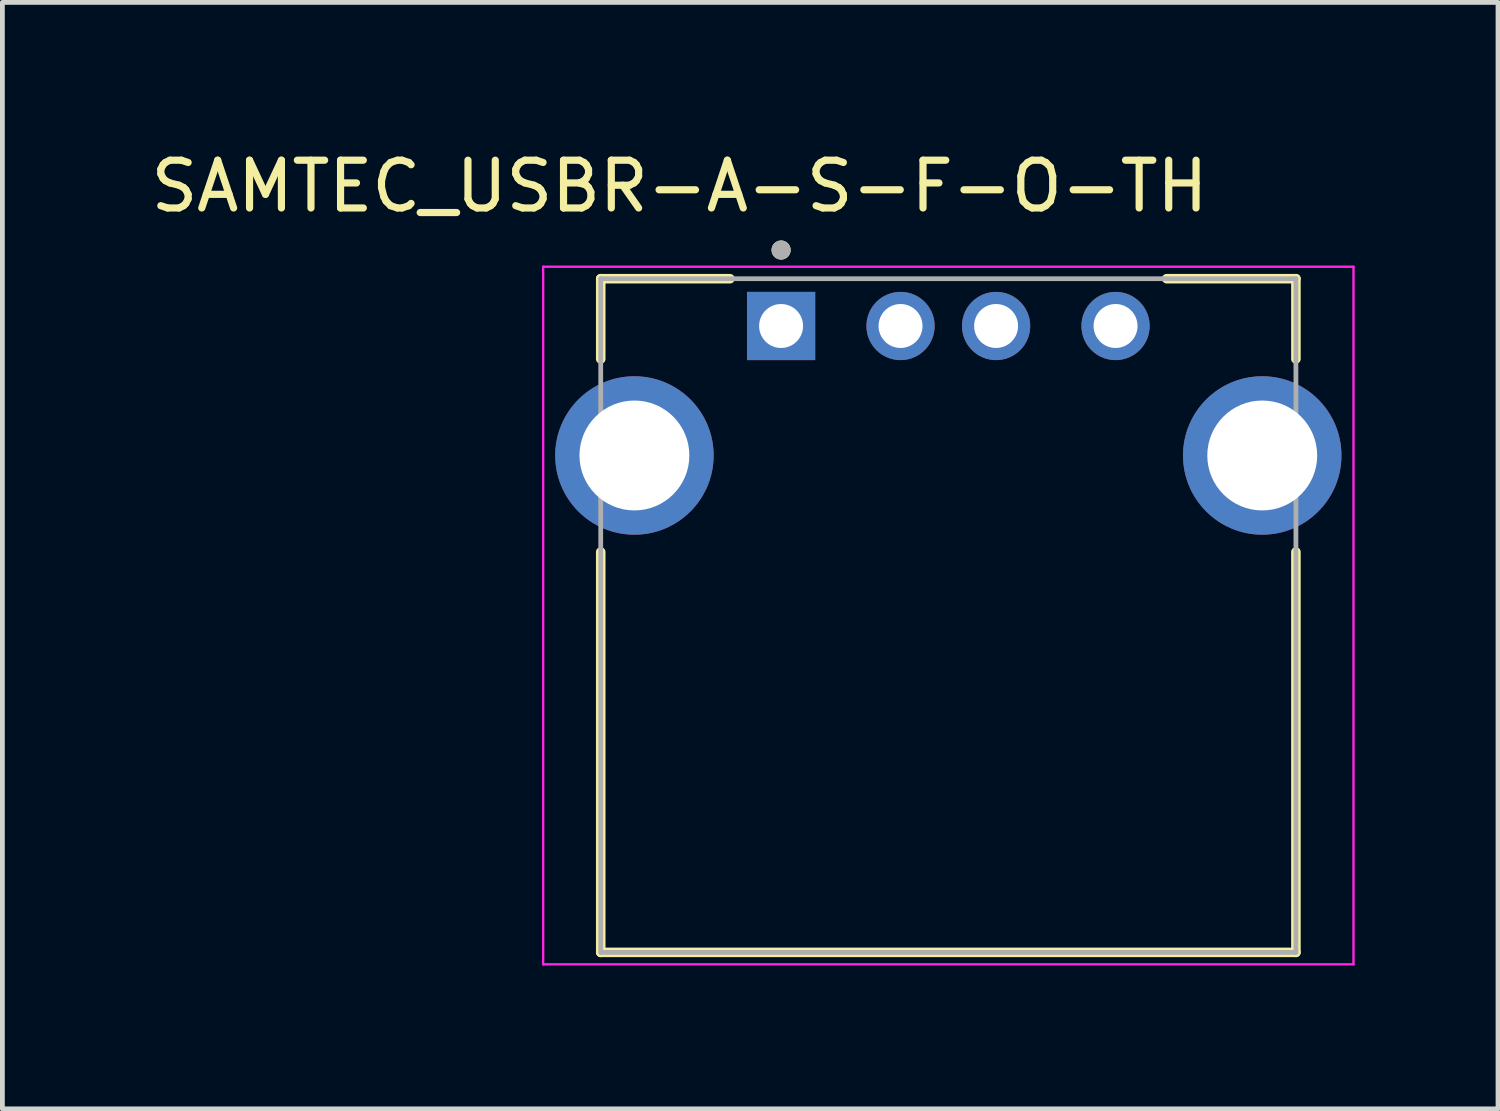
<source format=kicad_pcb>
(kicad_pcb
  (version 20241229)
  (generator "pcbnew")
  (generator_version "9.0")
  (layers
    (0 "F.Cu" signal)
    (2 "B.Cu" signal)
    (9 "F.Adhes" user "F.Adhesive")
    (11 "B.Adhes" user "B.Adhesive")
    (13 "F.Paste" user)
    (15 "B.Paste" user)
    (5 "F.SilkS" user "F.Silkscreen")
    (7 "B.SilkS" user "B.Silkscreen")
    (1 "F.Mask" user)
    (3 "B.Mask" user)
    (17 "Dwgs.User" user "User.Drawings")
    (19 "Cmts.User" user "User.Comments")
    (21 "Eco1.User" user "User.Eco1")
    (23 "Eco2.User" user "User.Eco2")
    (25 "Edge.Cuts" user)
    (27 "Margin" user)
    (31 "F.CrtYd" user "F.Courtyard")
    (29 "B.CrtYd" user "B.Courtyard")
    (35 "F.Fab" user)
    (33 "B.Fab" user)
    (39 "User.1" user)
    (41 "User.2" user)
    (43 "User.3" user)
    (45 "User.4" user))
  (footprint "SAMTEC_USBR-A-S-F-O-TH"
    (layer "F.Cu")
    (at 13.298 3.773)
    (property "Reference" "SAMTEC_USBR-A-S-F-O-TH" (at -2.125 -2.925 0) (layer "F.SilkS") (effects (font (size 1 1) (thickness 0.15))))
    (attr through_hole)
    (fp_line (start -3.775 -0.99) (end -1.07 -0.99) (stroke (width 0.2) (type solid)) (layer "F.SilkS"))
    (fp_line (start -3.775 0.69) (end -3.775 -0.99) (stroke (width 0.2) (type solid)) (layer "F.SilkS"))
    (fp_line (start -3.775 13.11) (end -3.775 4.73) (stroke (width 0.2) (type solid)) (layer "F.SilkS"))
    (fp_line (start 10.775 -0.99) (end 8.07 -0.99) (stroke (width 0.2) (type solid)) (layer "F.SilkS"))
    (fp_line (start 10.775 -0.99) (end 10.775 0.69) (stroke (width 0.2) (type solid)) (layer "F.SilkS"))
    (fp_line (start 10.775 4.73) (end 10.775 13.11) (stroke (width 0.2) (type solid)) (layer "F.SilkS"))
    (fp_line (start 10.775 13.11) (end -3.775 13.11) (stroke (width 0.2) (type solid)) (layer "F.SilkS"))
    (fp_circle (center 0 -1.59) (end 0.1 -1.59) (stroke (width 0.2) (type solid)) (fill no) (layer "F.SilkS"))
    (fp_line (start -4.98 -1.24) (end 11.98 -1.24) (stroke (width 0.05) (type solid)) (layer "F.CrtYd"))
    (fp_line (start -4.98 13.36) (end -4.98 -1.24) (stroke (width 0.05) (type solid)) (layer "F.CrtYd"))
    (fp_line (start 11.98 -1.24) (end 11.98 13.36) (stroke (width 0.05) (type solid)) (layer "F.CrtYd"))
    (fp_line (start 11.98 13.36) (end -4.98 13.36) (stroke (width 0.05) (type solid)) (layer "F.CrtYd"))
    (fp_line (start -3.775 -0.99) (end 10.775 -0.99) (stroke (width 0.1) (type solid)) (layer "F.Fab"))
    (fp_line (start -3.775 13.11) (end -3.775 -0.99) (stroke (width 0.1) (type solid)) (layer "F.Fab"))
    (fp_line (start 10.775 -0.99) (end 10.775 13.11) (stroke (width 0.1) (type solid)) (layer "F.Fab"))
    (fp_line (start 10.775 13.11) (end -3.775 13.11) (stroke (width 0.1) (type solid)) (layer "F.Fab"))
    (fp_circle (center 0 -1.59) (end 0.1 -1.59) (stroke (width 0.2) (type solid)) (fill no) (layer "F.Fab"))
    (pad "01" thru_hole rect (at 0 0) (size 1.428 1.428) (drill 0.92) (layers "*.Cu" "*.Mask"))
    (pad "02" thru_hole circle (at 2.5 0) (size 1.428 1.428) (drill 0.92) (layers "*.Cu" "*.Mask"))
    (pad "03" thru_hole circle (at 4.5 0) (size 1.428 1.428) (drill 0.92) (layers "*.Cu" "*.Mask"))
    (pad "04" thru_hole circle (at 7 0) (size 1.428 1.428) (drill 0.92) (layers "*.Cu" "*.Mask"))
    (pad "S1" thru_hole circle (at -3.07 2.71) (size 3.316 3.316) (drill 2.3) (layers "*.Cu" "*.Mask"))
    (pad "S2" thru_hole circle (at 10.07 2.71) (size 3.316 3.316) (drill 2.3) (layers "*.Cu" "*.Mask")))
  (gr_rect
    (start -3 -3)
    (end 28.303 20.158)
    (stroke (width 0.1) (type default))
    (fill no)
    (layer "Edge.Cuts")))
</source>
